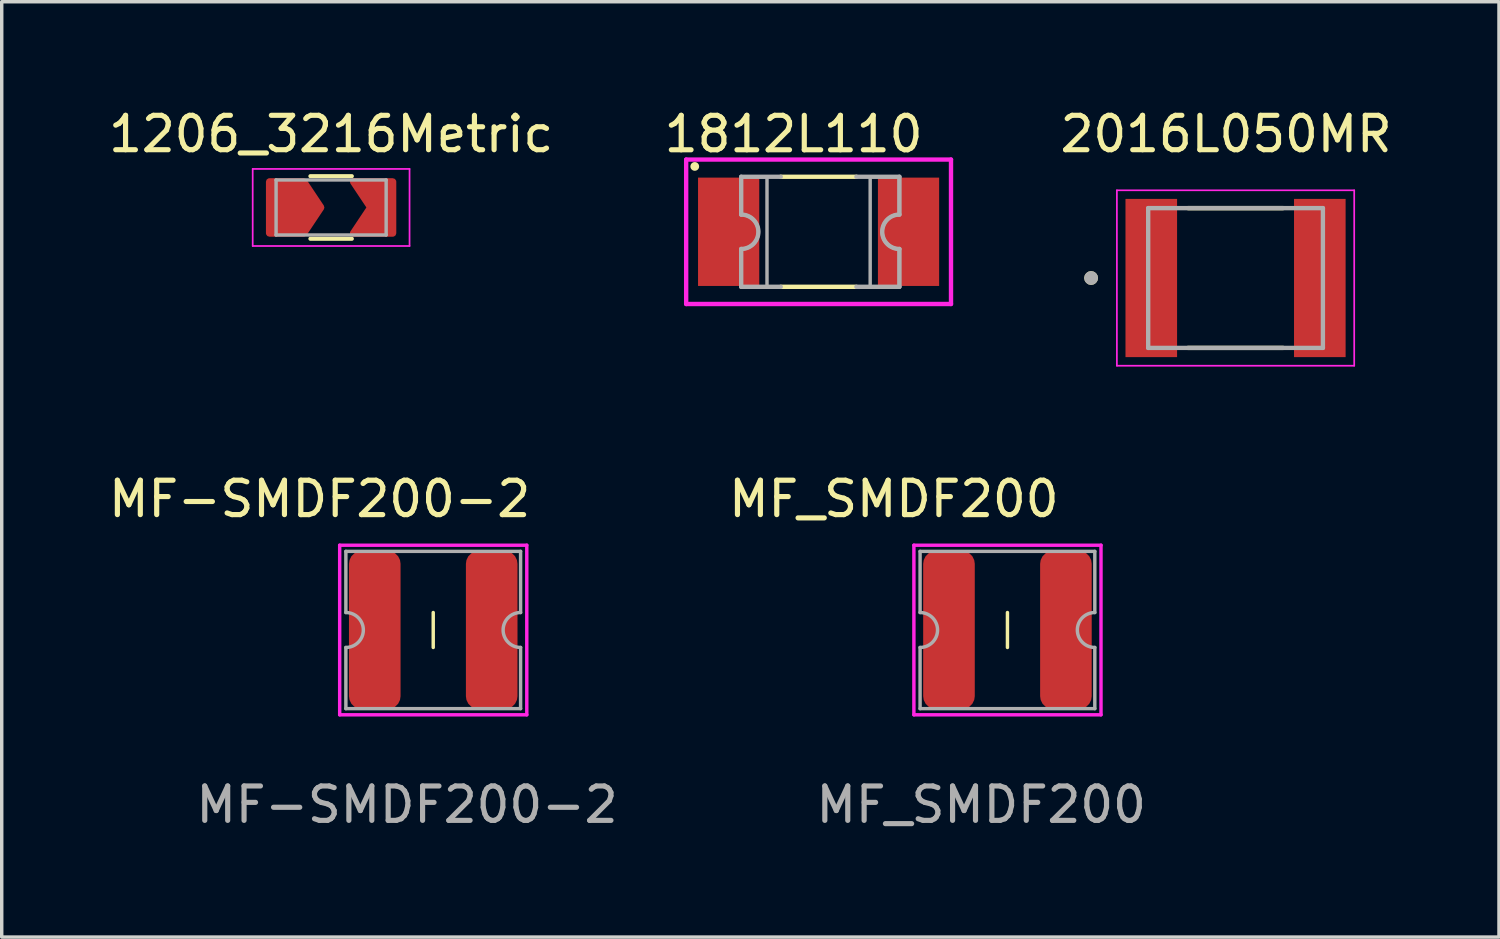
<source format=kicad_pcb>
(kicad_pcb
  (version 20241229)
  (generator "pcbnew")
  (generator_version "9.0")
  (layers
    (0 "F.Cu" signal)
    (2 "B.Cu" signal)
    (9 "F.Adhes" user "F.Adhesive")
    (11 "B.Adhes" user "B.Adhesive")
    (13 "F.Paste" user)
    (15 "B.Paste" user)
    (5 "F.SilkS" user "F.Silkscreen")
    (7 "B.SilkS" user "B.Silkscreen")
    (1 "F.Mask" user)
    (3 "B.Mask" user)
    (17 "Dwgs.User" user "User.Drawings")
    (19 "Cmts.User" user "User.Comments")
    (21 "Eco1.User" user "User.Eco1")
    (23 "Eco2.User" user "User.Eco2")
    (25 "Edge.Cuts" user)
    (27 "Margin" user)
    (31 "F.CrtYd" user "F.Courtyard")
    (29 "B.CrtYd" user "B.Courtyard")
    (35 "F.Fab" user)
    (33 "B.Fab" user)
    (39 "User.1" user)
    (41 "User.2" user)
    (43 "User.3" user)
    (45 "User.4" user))
  (footprint "MF_SMDF200"
    (layer "F.Cu")
    (at 26.241 15.267)
    (property "Reference" "MF_SMDF200" (at -3.302 -3.81 0) (unlocked yes) (layer "F.SilkS") (effects (font (size 1 1) (thickness 0.15))))
    (attr smd)
    (fp_line (start 0 -0.508) (end 0 0.508) (stroke (width 0.1) (type default)) (layer "F.SilkS"))
    (fp_line (start -2.72 -2.465) (end -2.72 2.465) (stroke (width 0.1) (type default)) (layer "F.CrtYd"))
    (fp_line (start -2.72 -2.465) (end 2.72 -2.465) (stroke (width 0.1) (type default)) (layer "F.CrtYd"))
    (fp_line (start -2.72 2.465) (end 2.72 2.465) (stroke (width 0.1) (type default)) (layer "F.CrtYd"))
    (fp_line (start 2.72 -2.465) (end 2.72 2.465) (stroke (width 0.1) (type default)) (layer "F.CrtYd"))
    (fp_line (start -2.54 -2.286) (end -2.54 -0.508) (stroke (width 0.1) (type default)) (layer "F.Fab"))
    (fp_line (start -2.54 -2.286) (end 2.54 -2.286) (stroke (width 0.1) (type default)) (layer "F.Fab"))
    (fp_line (start -2.54 0.508) (end -2.54 2.286) (stroke (width 0.1) (type default)) (layer "F.Fab"))
    (fp_line (start -2.54 2.286) (end 2.54 2.286) (stroke (width 0.1) (type default)) (layer "F.Fab"))
    (fp_line (start 2.54 -2.286) (end 2.54 -0.508) (stroke (width 0.1) (type default)) (layer "F.Fab"))
    (fp_line (start 2.54 0.508) (end 2.54 2.286) (stroke (width 0.1) (type default)) (layer "F.Fab"))
    (fp_arc (start -2.54 -0.507999) (mid -2.032001 0) (end -2.54 0.508) (stroke (width 0.1) (type default)) (layer "F.Fab"))
    (fp_arc (start 2.54 0.508) (mid 2.032 0) (end 2.54 -0.508) (stroke (width 0.1) (type default)) (layer "F.Fab"))
    (fp_text user "${REFERENCE}" (at -0.762 5.08 0) (unlocked yes) (layer "F.Fab") (effects (font (size 1 1) (thickness 0.15))))
    (pad "1" smd roundrect (at -1.7 0) (size 1.5 4.6) (layers "F.Cu" "F.Mask" "F.Paste") (roundrect_rratio 0.25))
    (pad "2" smd roundrect (at 1.7 0) (size 1.5 4.6) (layers "F.Cu" "F.Mask" "F.Paste") (roundrect_rratio 0.25)))
  (footprint "1812L110"
    (layer "F.Cu")
    (at 20.75 3.689)
    (property "Reference" "1812L110" (at -0.726 -2.84 0) (layer "F.SilkS") (effects (font (size 1.002 1.002) (thickness 0.15))))
    (attr smd)
    (fp_line (start -1.1 -1.6) (end 1.1 -1.6) (stroke (width 0.127) (type solid)) (layer "F.SilkS"))
    (fp_line (start 1.1 1.6) (end -1.1 1.6) (stroke (width 0.127) (type solid)) (layer "F.SilkS"))
    (fp_circle (center -3.6 -1.9) (end -3.473 -1.9) (stroke (width 0) (type solid)) (fill yes) (layer "F.SilkS"))
    (fp_line (start -3.85 -2.1) (end -3.85 2.1) (stroke (width 0.127) (type solid)) (layer "F.CrtYd"))
    (fp_line (start -3.85 2.1) (end 3.85 2.1) (stroke (width 0.127) (type solid)) (layer "F.CrtYd"))
    (fp_line (start 3.85 -2.1) (end -3.85 -2.1) (stroke (width 0.127) (type solid)) (layer "F.CrtYd"))
    (fp_line (start 3.85 2.1) (end 3.85 -2.1) (stroke (width 0.127) (type solid)) (layer "F.CrtYd"))
    (fp_line (start -2.25 -1.6) (end -2.25 -0.5) (stroke (width 0.127) (type solid)) (layer "F.Fab"))
    (fp_line (start -2.25 -1.6) (end -1.1 -1.6) (stroke (width 0.127) (type solid)) (layer "F.Fab"))
    (fp_line (start -2.25 1.6) (end -2.25 0.5) (stroke (width 0.127) (type solid)) (layer "F.Fab"))
    (fp_line (start -1.1 1.6) (end -2.25 1.6) (stroke (width 0.127) (type solid)) (layer "F.Fab"))
    (fp_line (start 1.1 -1.6) (end 2.35 -1.6) (stroke (width 0.127) (type solid)) (layer "F.Fab"))
    (fp_line (start 2.35 -1.6) (end 2.35 -0.5) (stroke (width 0.127) (type solid)) (layer "F.Fab"))
    (fp_line (start 2.35 0.5) (end 2.35 1.6) (stroke (width 0.127) (type solid)) (layer "F.Fab"))
    (fp_line (start 2.35 1.6) (end 1.1 1.6) (stroke (width 0.127) (type solid)) (layer "F.Fab"))
    (fp_arc (start -2.25 -0.5) (mid -1.75 0) (end -2.25 0.5) (stroke (width 0.127) (type solid)) (layer "F.Fab"))
    (fp_arc (start 2.35 0.5) (mid 1.85 0) (end 2.35 -0.5) (stroke (width 0.127) (type solid)) (layer "F.Fab"))
    (fp_poly (pts (xy -1.5 -1.6) (xy -2.25 -1.6) (xy -2.25 -0.5) (xy -2.224 -0.499) (xy -2.198 -0.497) (xy -2.172 -0.494) (xy -2.146 -0.489) (xy -2.121 -0.483) (xy -2.095 -0.476) (xy -2.071 -0.467) (xy -2.047 -0.457) (xy -2.023 -0.446) (xy -2 -0.433) (xy -1.978 -0.419) (xy -1.956 -0.405) (xy -1.935 -0.389) (xy -1.915 -0.372) (xy -1.896 -0.354) (xy -1.878 -0.335) (xy -1.861 -0.315) (xy -1.845 -0.294) (xy -1.831 -0.272) (xy -1.817 -0.25) (xy -1.804 -0.227) (xy -1.793 -0.203) (xy -1.783 -0.179) (xy -1.774 -0.155) (xy -1.767 -0.129) (xy -1.761 -0.104) (xy -1.756 -0.078) (xy -1.753 -0.052) (xy -1.751 -0.026) (xy -1.75 0) (xy -1.751 0.026) (xy -1.753 0.052) (xy -1.756 0.078) (xy -1.761 0.104) (xy -1.767 0.129) (xy -1.774 0.155) (xy -1.783 0.179) (xy -1.793 0.203) (xy -1.804 0.227) (xy -1.817 0.25) (xy -1.831 0.272) (xy -1.845 0.294) (xy -1.861 0.315) (xy -1.878 0.335) (xy -1.896 0.354) (xy -1.915 0.372) (xy -1.935 0.389) (xy -1.956 0.405) (xy -1.978 0.419) (xy -2 0.433) (xy -2.023 0.446) (xy -2.047 0.457) (xy -2.071 0.467) (xy -2.095 0.476) (xy -2.121 0.483) (xy -2.146 0.489) (xy -2.172 0.494) (xy -2.198 0.497) (xy -2.224 0.499) (xy -2.25 0.5) (xy -2.25 1.6) (xy -1.5 1.6) (xy -1.5 -1.6)) (stroke (width 0.1) (type solid)) (fill no) (layer "F.Fab"))
    (fp_poly (pts (xy 1.5 -1.6) (xy 1.5 1.6) (xy 2.35 1.6) (xy 2.35 0.5) (xy 2.324 0.499) (xy 2.298 0.497) (xy 2.272 0.494) (xy 2.246 0.489) (xy 2.221 0.483) (xy 2.195 0.476) (xy 2.171 0.467) (xy 2.147 0.457) (xy 2.123 0.446) (xy 2.1 0.433) (xy 2.078 0.419) (xy 2.056 0.405) (xy 2.035 0.389) (xy 2.015 0.372) (xy 1.996 0.354) (xy 1.978 0.335) (xy 1.961 0.315) (xy 1.945 0.294) (xy 1.931 0.272) (xy 1.917 0.25) (xy 1.904 0.227) (xy 1.893 0.203) (xy 1.883 0.179) (xy 1.874 0.155) (xy 1.867 0.129) (xy 1.861 0.104) (xy 1.856 0.078) (xy 1.853 0.052) (xy 1.851 0.026) (xy 1.85 0) (xy 1.851 -0.026) (xy 1.853 -0.052) (xy 1.856 -0.078) (xy 1.861 -0.104) (xy 1.867 -0.129) (xy 1.874 -0.155) (xy 1.883 -0.179) (xy 1.893 -0.203) (xy 1.904 -0.227) (xy 1.917 -0.25) (xy 1.931 -0.272) (xy 1.945 -0.294) (xy 1.961 -0.315) (xy 1.978 -0.335) (xy 1.996 -0.354) (xy 2.015 -0.372) (xy 2.035 -0.389) (xy 2.056 -0.405) (xy 2.078 -0.419) (xy 2.1 -0.433) (xy 2.123 -0.446) (xy 2.147 -0.457) (xy 2.171 -0.467) (xy 2.195 -0.476) (xy 2.221 -0.483) (xy 2.246 -0.489) (xy 2.272 -0.494) (xy 2.298 -0.497) (xy 2.324 -0.499) (xy 2.35 -0.5) (xy 2.35 -1.6) (xy 1.5 -1.6)) (stroke (width 0.1) (type solid)) (fill no) (layer "F.Fab"))
    (pad "1" smd rect (at -2.615 0) (size 1.78 3.15) (layers "F.Cu" "F.Mask" "F.Paste"))
    (pad "2" smd rect (at 2.615 0) (size 1.78 3.15) (layers "F.Cu" "F.Mask" "F.Paste")))
  (footprint "2016L050MR"
    (layer "F.Cu")
    (at 32.873 5.033)
    (property "Reference" "2016L050MR" (at -0.275 -4.185 0) (layer "F.SilkS") (effects (font (size 1 1) (thickness 0.15))))
    (attr smd)
    (fp_line (start -1.38 -2.032) (end 1.38 -2.032) (stroke (width 0.127) (type solid)) (layer "F.SilkS"))
    (fp_line (start -1.38 2.032) (end 1.38 2.032) (stroke (width 0.127) (type solid)) (layer "F.SilkS"))
    (fp_circle (center -4.2 0) (end -4.1 0) (stroke (width 0.2) (type solid)) (fill no) (layer "F.SilkS"))
    (fp_line (start -3.45 -2.55) (end -3.45 2.55) (stroke (width 0.05) (type solid)) (layer "F.CrtYd"))
    (fp_line (start -3.45 2.55) (end 3.45 2.55) (stroke (width 0.05) (type solid)) (layer "F.CrtYd"))
    (fp_line (start 3.45 -2.55) (end -3.45 -2.55) (stroke (width 0.05) (type solid)) (layer "F.CrtYd"))
    (fp_line (start 3.45 2.55) (end 3.45 -2.55) (stroke (width 0.05) (type solid)) (layer "F.CrtYd"))
    (fp_line (start -2.54 2.032) (end -2.54 -2.032) (stroke (width 0.127) (type solid)) (layer "F.Fab"))
    (fp_line (start 2.54 -2.032) (end -2.54 -2.032) (stroke (width 0.127) (type solid)) (layer "F.Fab"))
    (fp_line (start 2.54 2.032) (end -2.54 2.032) (stroke (width 0.127) (type solid)) (layer "F.Fab"))
    (fp_line (start 2.54 2.032) (end 2.54 -2.032) (stroke (width 0.127) (type solid)) (layer "F.Fab"))
    (fp_circle (center -4.2 0) (end -4.1 0) (stroke (width 0.2) (type solid)) (fill no) (layer "F.Fab"))
    (pad "1" smd rect (at -2.45 0) (size 1.5 4.6) (layers "F.Cu" "F.Mask" "F.Paste"))
    (pad "2" smd rect (at 2.45 0) (size 1.5 4.6) (layers "F.Cu" "F.Mask" "F.Paste")))
  (footprint "1206_3216Metric"
    (layer "F.Cu")
    (at 6.577 2.982)
    (property "Reference" "1206_3216Metric" (at 0 -2.134 180) (layer "F.SilkS") (effects (font (size 1 1) (thickness 0.15))))
    (attr smd)
    (fp_line (start -0.602 -0.91) (end 0.602 -0.91) (stroke (width 0.12) (type solid)) (layer "F.SilkS"))
    (fp_line (start -0.602 0.91) (end 0.602 0.91) (stroke (width 0.12) (type solid)) (layer "F.SilkS"))
    (fp_line (start -2.28 -1.12) (end 2.28 -1.12) (stroke (width 0.05) (type solid)) (layer "F.CrtYd"))
    (fp_line (start -2.28 1.12) (end -2.28 -1.12) (stroke (width 0.05) (type solid)) (layer "F.CrtYd"))
    (fp_line (start 2.28 -1.12) (end 2.28 1.12) (stroke (width 0.05) (type solid)) (layer "F.CrtYd"))
    (fp_line (start 2.28 1.12) (end -2.28 1.12) (stroke (width 0.05) (type solid)) (layer "F.CrtYd"))
    (fp_line (start -1.6 -0.8) (end 1.6 -0.8) (stroke (width 0.1) (type solid)) (layer "F.Fab"))
    (fp_line (start -1.6 0.8) (end -1.6 -0.8) (stroke (width 0.1) (type solid)) (layer "F.Fab"))
    (fp_line (start 1.6 -0.8) (end 1.6 0.8) (stroke (width 0.1) (type solid)) (layer "F.Fab"))
    (fp_line (start 1.6 0.8) (end -1.6 0.8) (stroke (width 0.1) (type solid)) (layer "F.Fab"))
    (pad "1" smd custom (at -1.295 0) (size 0.3 0.3) (layers "F.Cu" "F.Mask" "F.Paste") (options (anchor rect)) (primitives (gr_poly (pts (xy 1 0) (xy 0.5 0.75) (xy -0.5 0.75) (xy -0.5 -0.75) (xy 0.5 -0.75)) (width 0.2) (fill yes))))
    (pad "2" smd custom (at 1.295 0) (size 0.3 0.3) (layers "F.Cu" "F.Mask" "F.Paste") (options (anchor rect)) (primitives (gr_poly (pts (xy 0.5 0.75) (xy -0.65 0.75) (xy -0.15 0) (xy -0.65 -0.75) (xy 0.5 -0.75)) (width 0.2) (fill yes)))))
  (footprint "MF-SMDF200-2"
    (layer "F.Cu")
    (at 9.546 15.267)
    (property "Reference" "MF-SMDF200-2" (at -3.302 -3.81 0) (unlocked yes) (layer "F.SilkS") (effects (font (size 1 1) (thickness 0.15))))
    (attr smd)
    (fp_line (start 0 -0.508) (end 0 0.508) (stroke (width 0.1) (type default)) (layer "F.SilkS"))
    (fp_line (start -2.72 -2.465) (end -2.72 2.465) (stroke (width 0.1) (type default)) (layer "F.CrtYd"))
    (fp_line (start -2.72 -2.465) (end 2.72 -2.465) (stroke (width 0.1) (type default)) (layer "F.CrtYd"))
    (fp_line (start -2.72 2.465) (end 2.72 2.465) (stroke (width 0.1) (type default)) (layer "F.CrtYd"))
    (fp_line (start 2.72 -2.465) (end 2.72 2.465) (stroke (width 0.1) (type default)) (layer "F.CrtYd"))
    (fp_line (start -2.54 -2.286) (end -2.54 -0.508) (stroke (width 0.1) (type default)) (layer "F.Fab"))
    (fp_line (start -2.54 -2.286) (end 2.54 -2.286) (stroke (width 0.1) (type default)) (layer "F.Fab"))
    (fp_line (start -2.54 0.508) (end -2.54 2.286) (stroke (width 0.1) (type default)) (layer "F.Fab"))
    (fp_line (start -2.54 2.286) (end 2.54 2.286) (stroke (width 0.1) (type default)) (layer "F.Fab"))
    (fp_line (start 2.54 -2.286) (end 2.54 -0.508) (stroke (width 0.1) (type default)) (layer "F.Fab"))
    (fp_line (start 2.54 0.508) (end 2.54 2.286) (stroke (width 0.1) (type default)) (layer "F.Fab"))
    (fp_arc (start -2.54 -0.507999) (mid -2.032001 0) (end -2.54 0.508) (stroke (width 0.1) (type default)) (layer "F.Fab"))
    (fp_arc (start 2.54 0.508) (mid 2.032 0) (end 2.54 -0.508) (stroke (width 0.1) (type default)) (layer "F.Fab"))
    (fp_text user "${REFERENCE}" (at -0.762 5.08 0) (unlocked yes) (layer "F.Fab") (effects (font (size 1 1) (thickness 0.15))))
    (pad "1" smd roundrect (at -1.7 0) (size 1.5 4.6) (layers "F.Cu" "F.Mask" "F.Paste") (roundrect_rratio 0.25))
    (pad "2" smd roundrect (at 1.7 0) (size 1.5 4.6) (layers "F.Cu" "F.Mask" "F.Paste") (roundrect_rratio 0.25)))
  (gr_rect
    (start -3 -3)
    (end 40.532 24.195)
    (stroke (width 0.1) (type default))
    (fill no)
    (layer "Edge.Cuts")))
</source>
